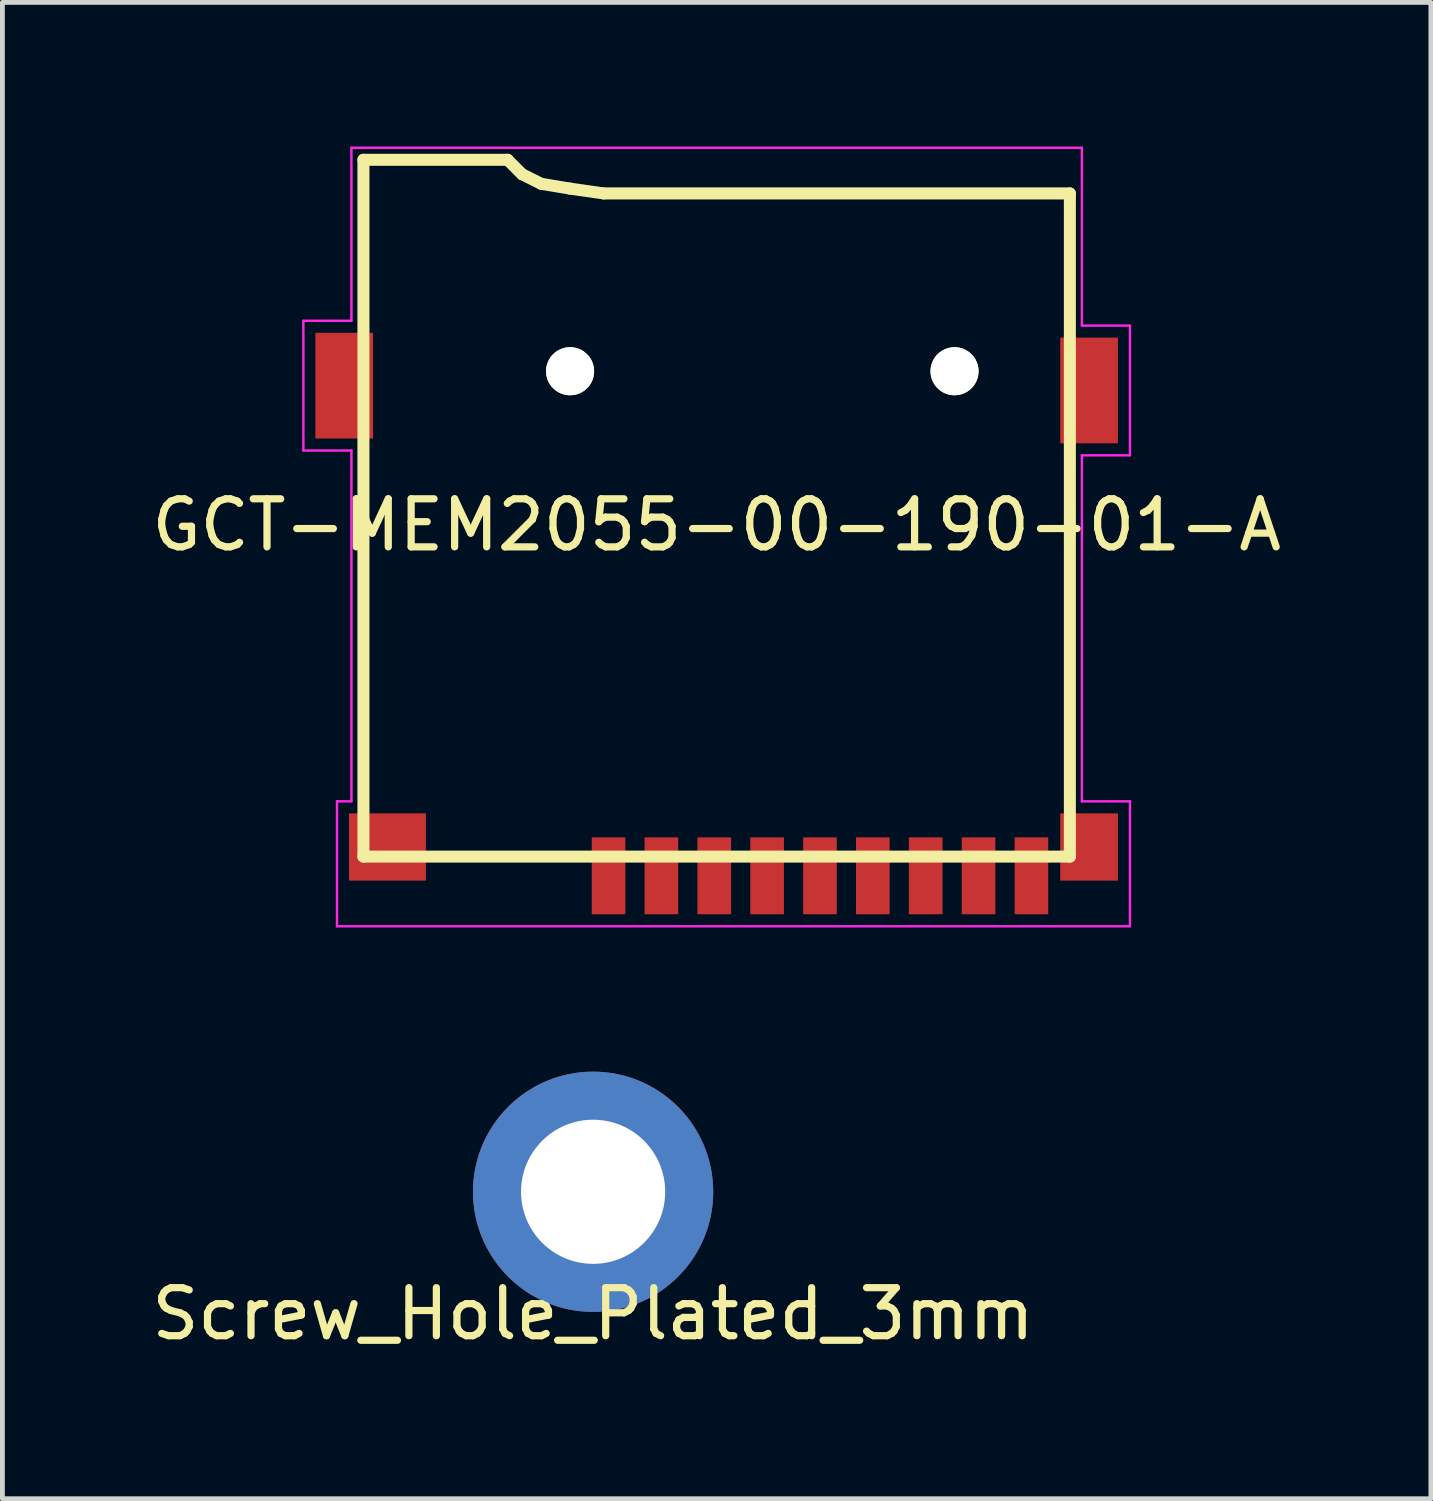
<source format=kicad_pcb>
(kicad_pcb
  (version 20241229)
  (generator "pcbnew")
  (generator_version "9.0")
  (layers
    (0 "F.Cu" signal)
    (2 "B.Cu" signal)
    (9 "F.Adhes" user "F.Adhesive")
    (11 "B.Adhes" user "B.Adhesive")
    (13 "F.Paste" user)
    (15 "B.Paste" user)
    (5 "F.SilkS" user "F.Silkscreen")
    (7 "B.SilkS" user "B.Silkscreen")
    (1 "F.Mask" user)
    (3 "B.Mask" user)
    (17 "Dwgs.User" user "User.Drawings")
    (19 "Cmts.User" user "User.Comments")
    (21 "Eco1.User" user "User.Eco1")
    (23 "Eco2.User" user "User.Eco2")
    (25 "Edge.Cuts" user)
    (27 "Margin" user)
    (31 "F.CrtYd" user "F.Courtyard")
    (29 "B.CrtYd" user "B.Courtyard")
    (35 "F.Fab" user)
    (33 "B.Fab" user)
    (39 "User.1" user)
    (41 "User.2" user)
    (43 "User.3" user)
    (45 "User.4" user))
  (footprint "GCT-MEM2055-00-190-01-A"
    (layer "F.Cu")
    (at 11.863 15.975)
    (property "Reference" "GCT-MEM2055-00-190-01-A" (at 0 -8.1 0) (layer "F.SilkS") (effects (font (size 1 1) (thickness 0.15))))
    (attr through_hole)
    (fp_line (start -7.35 -15.7) (end -7.35 -1.2) (stroke (width 0.25) (type solid)) (layer "F.SilkS"))
    (fp_line (start -4.35 -15.7) (end -7.35 -15.7) (stroke (width 0.25) (type solid)) (layer "F.SilkS"))
    (fp_line (start -4.05 -15.4) (end -4.35 -15.7) (stroke (width 0.25) (type solid)) (layer "F.SilkS"))
    (fp_line (start -3.65 -15.2) (end -4.05 -15.4) (stroke (width 0.25) (type solid)) (layer "F.SilkS"))
    (fp_line (start -3.05 -15.1) (end -3.65 -15.2) (stroke (width 0.25) (type solid)) (layer "F.SilkS"))
    (fp_line (start -2.35 -15) (end -3.05 -15.1) (stroke (width 0.25) (type solid)) (layer "F.SilkS"))
    (fp_line (start 7.35 -15) (end -2.35 -15) (stroke (width 0.25) (type solid)) (layer "F.SilkS"))
    (fp_line (start 7.35 -1.2) (end -7.35 -1.2) (stroke (width 0.25) (type solid)) (layer "F.SilkS"))
    (fp_line (start 7.35 -1.2) (end 7.35 -15) (stroke (width 0.25) (type solid)) (layer "F.SilkS"))
    (fp_line (start -8.6 -12.35) (end -8.6 -9.65) (stroke (width 0.05) (type solid)) (layer "F.CrtYd"))
    (fp_line (start -8.6 -12.35) (end -7.6 -12.35) (stroke (width 0.05) (type solid)) (layer "F.CrtYd"))
    (fp_line (start -8.6 -9.65) (end -7.6 -9.65) (stroke (width 0.05) (type solid)) (layer "F.CrtYd"))
    (fp_line (start -7.9 -2.35) (end -7.9 0.25) (stroke (width 0.05) (type solid)) (layer "F.CrtYd"))
    (fp_line (start -7.9 0.25) (end 8.6 0.25) (stroke (width 0.05) (type solid)) (layer "F.CrtYd"))
    (fp_line (start -7.6 -15.95) (end 7.6 -15.95) (stroke (width 0.05) (type solid)) (layer "F.CrtYd"))
    (fp_line (start -7.6 -12.35) (end -7.6 -15.95) (stroke (width 0.05) (type solid)) (layer "F.CrtYd"))
    (fp_line (start -7.6 -9.65) (end -7.6 -2.35) (stroke (width 0.05) (type solid)) (layer "F.CrtYd"))
    (fp_line (start -7.6 -2.35) (end -7.9 -2.35) (stroke (width 0.05) (type solid)) (layer "F.CrtYd"))
    (fp_line (start 7.6 -15.95) (end 7.6 -12.25) (stroke (width 0.05) (type solid)) (layer "F.CrtYd"))
    (fp_line (start 7.6 -12.25) (end 8.6 -12.25) (stroke (width 0.05) (type solid)) (layer "F.CrtYd"))
    (fp_line (start 7.6 -9.55) (end 7.6 -2.35) (stroke (width 0.05) (type solid)) (layer "F.CrtYd"))
    (fp_line (start 7.6 -9.55) (end 8.6 -9.55) (stroke (width 0.05) (type solid)) (layer "F.CrtYd"))
    (fp_line (start 7.6 -2.35) (end 8.6 -2.35) (stroke (width 0.05) (type solid)) (layer "F.CrtYd"))
    (fp_line (start 8.6 -12.25) (end 8.6 -9.55) (stroke (width 0.05) (type solid)) (layer "F.CrtYd"))
    (fp_line (start 8.6 -2.35) (end 8.6 0.25) (stroke (width 0.05) (type solid)) (layer "F.CrtYd"))
    (pad "" np_thru_hole circle (at -3.05 -11.3 180) (size 1 1) (drill 1) (layers "*.Cu" "*.Mask" "F.SilkS"))
    (pad "" np_thru_hole circle (at 4.95 -11.3 180) (size 1 1) (drill 1) (layers "*.Cu" "*.Mask" "F.SilkS"))
    (pad "1" smd rect (at -2.25 -0.8) (size 0.7 1.6) (layers "F.Cu" "F.Mask" "F.Paste"))
    (pad "2" smd rect (at -1.15 -0.8) (size 0.7 1.6) (layers "F.Cu" "F.Mask" "F.Paste"))
    (pad "3" smd rect (at -0.05 -0.8) (size 0.7 1.6) (layers "F.Cu" "F.Mask" "F.Paste"))
    (pad "4" smd rect (at 1.05 -0.8) (size 0.7 1.6) (layers "F.Cu" "F.Mask" "F.Paste"))
    (pad "5" smd rect (at 2.15 -0.8) (size 0.7 1.6) (layers "F.Cu" "F.Mask" "F.Paste"))
    (pad "6" smd rect (at 3.25 -0.8) (size 0.7 1.6) (layers "F.Cu" "F.Mask" "F.Paste"))
    (pad "7" smd rect (at 4.35 -0.8) (size 0.7 1.6) (layers "F.Cu" "F.Mask" "F.Paste"))
    (pad "8" smd rect (at 5.45 -0.8) (size 0.7 1.6) (layers "F.Cu" "F.Mask" "F.Paste"))
    (pad "9" smd rect (at 6.55 -0.8) (size 0.7 1.6) (layers "F.Cu" "F.Mask" "F.Paste"))
    (pad "10" smd rect (at 7.75 -1.4) (size 1.2 1.4) (layers "F.Cu" "F.Mask" "F.Paste"))
    (pad "11" smd rect (at -7.75 -11 180) (size 1.2 2.2) (layers "F.Cu" "F.Mask" "F.Paste"))
    (pad "11" smd rect (at -6.85 -1.4) (size 1.6 1.4) (layers "F.Cu" "F.Mask" "F.Paste"))
    (pad "11" smd rect (at 7.75 -10.9 180) (size 1.2 2.2) (layers "F.Cu" "F.Mask" "F.Paste")))
  (footprint "Screw_Hole_Plated_3mm"
    (layer "F.Cu")
    (at 9.292 21.75)
    (property "Reference" "Screw_Hole_Plated_3mm" (at 0 2.54 0) (layer "F.SilkS") (effects (font (size 1 1) (thickness 0.15))))
    (attr through_hole)
    (pad "1" thru_hole circle (at 0 0) (size 5 5) (drill 3) (layers "*.Cu" "*.Mask")))
  (gr_rect
    (start -3 -3)
    (end 26.726 28.138)
    (stroke (width 0.1) (type default))
    (fill no)
    (layer "Edge.Cuts")))
</source>
